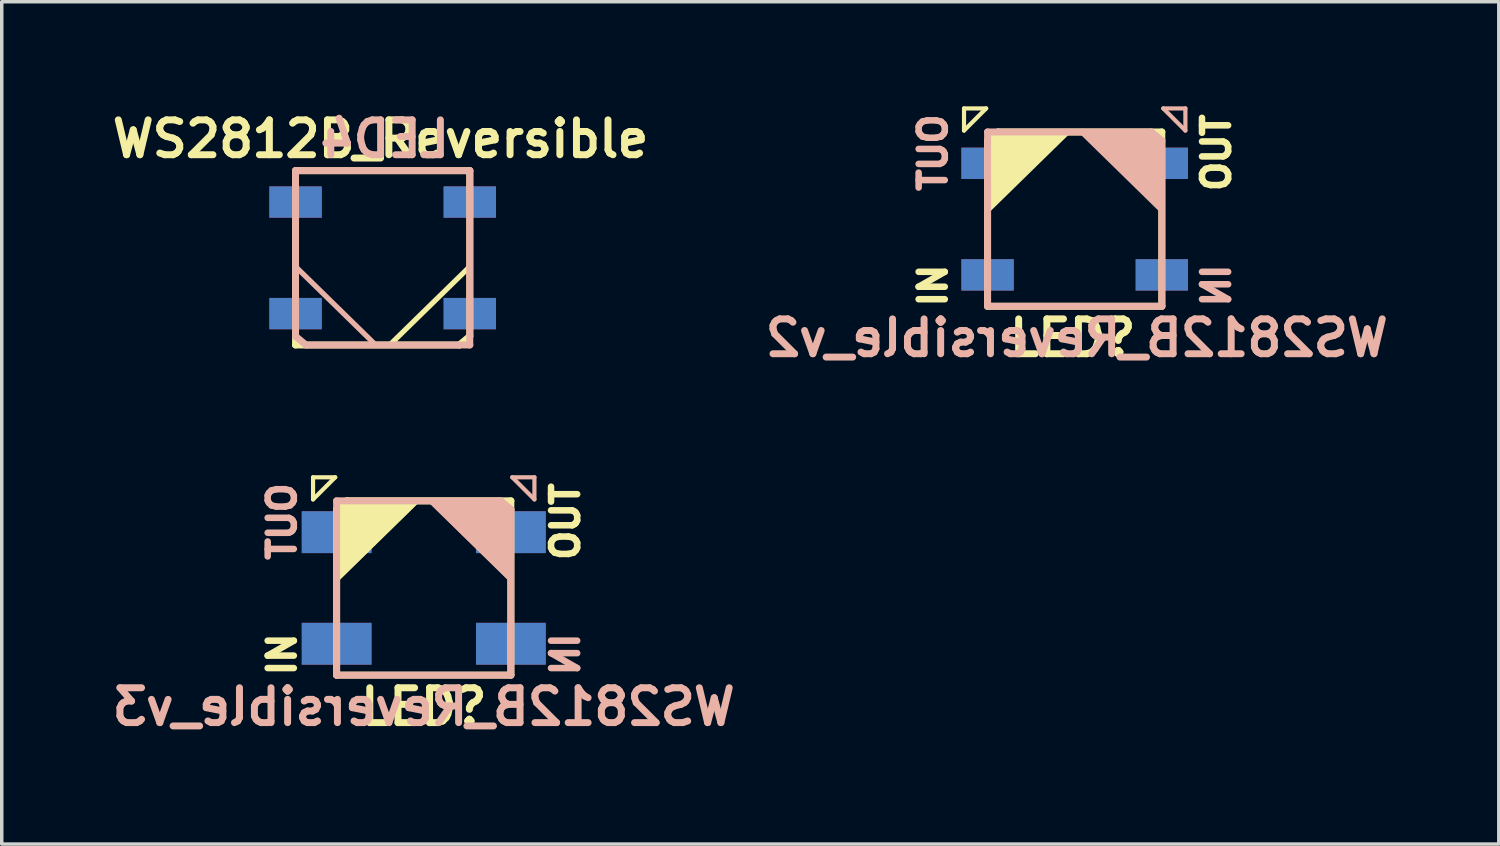
<source format=kicad_pcb>
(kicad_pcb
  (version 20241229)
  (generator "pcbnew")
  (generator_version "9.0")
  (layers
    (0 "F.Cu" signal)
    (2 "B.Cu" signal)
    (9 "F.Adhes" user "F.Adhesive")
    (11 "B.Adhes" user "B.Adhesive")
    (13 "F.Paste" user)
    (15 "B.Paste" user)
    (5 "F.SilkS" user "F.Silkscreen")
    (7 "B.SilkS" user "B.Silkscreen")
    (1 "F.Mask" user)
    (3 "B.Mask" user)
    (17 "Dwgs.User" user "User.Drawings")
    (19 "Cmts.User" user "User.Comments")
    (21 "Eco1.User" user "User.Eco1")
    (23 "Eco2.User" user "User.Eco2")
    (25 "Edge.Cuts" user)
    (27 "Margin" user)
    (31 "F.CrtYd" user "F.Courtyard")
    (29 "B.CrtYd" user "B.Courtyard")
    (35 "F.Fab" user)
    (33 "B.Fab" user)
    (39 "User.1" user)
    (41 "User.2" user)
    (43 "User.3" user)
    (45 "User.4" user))
  (footprint "WS2812B_Reversible"
    (layer "F.Cu")
    (at 7.927 4.346)
    (property "Reference" "WS2812B_Reversible" (at -0.06 -3.41 0) (layer "F.SilkS") (effects (font (size 1 1) (thickness 0.2))))
    (attr smd)
    (fp_line (start -2.5 -2.5) (end 2.5 -2.5) (stroke (width 0.2) (type solid)) (layer "F.SilkS"))
    (fp_line (start -2.499 2.499) (end -2.499 -2.499) (stroke (width 0.2) (type solid)) (layer "F.SilkS"))
    (fp_line (start 0.2 2.5) (end 2.5 0.25) (stroke (width 0.15) (type solid)) (layer "F.SilkS"))
    (fp_line (start 2.2 2.5) (end -2.5 2.5) (stroke (width 0.2) (type solid)) (layer "F.SilkS"))
    (fp_line (start 2.2 2.5) (end 2.5 2.25) (stroke (width 0.2) (type solid)) (layer "F.SilkS"))
    (fp_line (start 2.5 2.25) (end 2.5 -2.5) (stroke (width 0.2) (type solid)) (layer "F.SilkS"))
    (fp_line (start -2.5 2.25) (end -2.5 -2.5) (stroke (width 0.2) (type solid)) (layer "B.SilkS"))
    (fp_line (start -2.2 2.5) (end -2.5 2.25) (stroke (width 0.2) (type solid)) (layer "B.SilkS"))
    (fp_line (start -2.2 2.5) (end 2.5 2.5) (stroke (width 0.2) (type solid)) (layer "B.SilkS"))
    (fp_line (start -0.2 2.5) (end -2.5 0.25) (stroke (width 0.15) (type solid)) (layer "B.SilkS"))
    (fp_line (start 2.499 2.499) (end 2.499 -2.499) (stroke (width 0.2) (type solid)) (layer "B.SilkS"))
    (fp_line (start 2.5 -2.5) (end -2.5 -2.5) (stroke (width 0.2) (type solid)) (layer "B.SilkS"))
    (fp_text user "LED4" (at 0.06 -3.41 180) (layer "B.SilkS") (effects (font (size 1 1) (thickness 0.2)) (justify mirror)))
    (pad "1" smd rect (at -2.499 -1.6 90) (size 0.899 1.501) (layers "F.Cu" "F.Mask" "F.Paste"))
    (pad "1" smd rect (at 2.499 -1.6 90) (size 0.899 1.501) (layers "B.Cu" "B.Mask" "B.Paste"))
    (pad "2" smd rect (at -2.499 1.6 90) (size 0.899 1.501) (layers "F.Cu" "F.Mask" "F.Paste"))
    (pad "2" smd rect (at 2.499 1.6 90) (size 0.899 1.501) (layers "B.Cu" "B.Mask" "B.Paste"))
    (pad "3" smd rect (at -2.499 1.6 90) (size 0.899 1.501) (layers "B.Cu" "B.Mask" "B.Paste"))
    (pad "3" smd rect (at 2.499 1.6 90) (size 0.899 1.501) (layers "F.Cu" "F.Mask" "F.Paste"))
    (pad "4" smd rect (at -2.499 -1.6 90) (size 0.899 1.501) (layers "B.Cu" "B.Mask" "B.Paste"))
    (pad "4" smd rect (at 2.499 -1.6 90) (size 0.899 1.501) (layers "F.Cu" "F.Mask" "F.Paste")))
  (footprint "WS2812B_Reversible_v3"
    (layer "F.Cu")
    (at 9.105 13.816)
    (property "Reference" "WS2812B_Reversible_v3" (at 0 3.41 0) (unlocked yes) (layer "B.SilkS") (effects (font (size 1 1) (thickness 0.2)) (justify mirror)))
    (attr smd)
    (fp_line (start -3.175 -3.175) (end -2.54 -3.175) (stroke (width 0.12) (type solid)) (layer "F.SilkS"))
    (fp_line (start -3.175 -2.54) (end -3.175 -3.175) (stroke (width 0.12) (type solid)) (layer "F.SilkS"))
    (fp_line (start -2.54 -3.175) (end -3.175 -2.54) (stroke (width 0.12) (type solid)) (layer "F.SilkS"))
    (fp_line (start -2.5 -2.25) (end -2.5 2.5) (stroke (width 0.2) (type solid)) (layer "F.SilkS"))
    (fp_line (start -2.2 -2.5) (end -2.5 -2.25) (stroke (width 0.2) (type solid)) (layer "F.SilkS"))
    (fp_line (start -2.2 -2.5) (end -2.5 -2.25) (stroke (width 0.2) (type solid)) (layer "F.SilkS"))
    (fp_line (start -2.2 -2.5) (end 2.5 -2.5) (stroke (width 0.2) (type solid)) (layer "F.SilkS"))
    (fp_line (start -0.2 -2.5) (end -2.5 -0.25) (stroke (width 0.15) (type solid)) (layer "F.SilkS"))
    (fp_line (start -0.2 -2.5) (end -2.5 -0.25) (stroke (width 0.15) (type solid)) (layer "F.SilkS"))
    (fp_line (start 2.499 -2.499) (end 2.499 2.499) (stroke (width 0.2) (type solid)) (layer "F.SilkS"))
    (fp_line (start 2.5 2.5) (end -2.5 2.5) (stroke (width 0.2) (type solid)) (layer "F.SilkS"))
    (fp_poly (pts (xy -2.5 -2.25) (xy -2.2 -2.5) (xy -0.2 -2.5) (xy -2.5 -0.25)) (stroke (width 0.1) (type solid)) (fill yes) (layer "F.SilkS"))
    (fp_line (start -2.5 2.5) (end 2.5 2.5) (stroke (width 0.2) (type solid)) (layer "B.SilkS"))
    (fp_line (start -2.499 -2.499) (end -2.499 2.499) (stroke (width 0.2) (type solid)) (layer "B.SilkS"))
    (fp_line (start 0.2 -2.5) (end 2.5 -0.25) (stroke (width 0.15) (type solid)) (layer "B.SilkS"))
    (fp_line (start 0.2 -2.5) (end 2.5 -0.25) (stroke (width 0.15) (type solid)) (layer "B.SilkS"))
    (fp_line (start 2.2 -2.5) (end -2.5 -2.5) (stroke (width 0.2) (type solid)) (layer "B.SilkS"))
    (fp_line (start 2.2 -2.5) (end 2.5 -2.25) (stroke (width 0.2) (type solid)) (layer "B.SilkS"))
    (fp_line (start 2.2 -2.5) (end 2.5 -2.25) (stroke (width 0.2) (type solid)) (layer "B.SilkS"))
    (fp_line (start 2.5 -2.25) (end 2.5 2.5) (stroke (width 0.2) (type solid)) (layer "B.SilkS"))
    (fp_line (start 2.54 -3.175) (end 3.175 -2.54) (stroke (width 0.12) (type solid)) (layer "B.SilkS"))
    (fp_line (start 3.175 -3.175) (end 2.54 -3.175) (stroke (width 0.12) (type solid)) (layer "B.SilkS"))
    (fp_line (start 3.175 -2.54) (end 3.175 -3.175) (stroke (width 0.12) (type solid)) (layer "B.SilkS"))
    (fp_poly (pts (xy 2.5 -2.25) (xy 2.2 -2.5) (xy 0.2 -2.5) (xy 2.5 -0.25)) (stroke (width 0.1) (type solid)) (fill yes) (layer "B.SilkS"))
    (fp_text user "IN" (at -4.064 1.905 90) (layer "F.SilkS") (effects (font (size 0.75 0.75) (thickness 0.188))))
    (fp_text user "OUT" (at 4.064 -1.905 270) (layer "F.SilkS") (effects (font (size 0.75 0.75) (thickness 0.188))))
    (fp_text user "LED?" (at 0 3.41 0) (unlocked yes) (layer "F.SilkS") (effects (font (size 1 1) (thickness 0.2))))
    (fp_text user "IN" (at 4.064 1.905 270) (layer "B.SilkS") (effects (font (size 0.75 0.75) (thickness 0.188)) (justify mirror)))
    (fp_text user "OUT" (at -4.064 -1.905 90) (layer "B.SilkS") (effects (font (size 0.75 0.75) (thickness 0.188)) (justify mirror)))
    (pad "1" smd rect (at -2.499 1.6 270) (size 1.2 2) (layers "B.Cu" "B.Mask" "B.Paste"))
    (pad "1" smd rect (at 2.499 1.6 90) (size 1.2 2) (layers "F.Cu" "F.Mask" "F.Paste"))
    (pad "2" smd rect (at -2.499 -1.6 270) (size 1.2 2) (layers "B.Cu" "B.Mask" "B.Paste"))
    (pad "2" smd rect (at 2.499 -1.6 90) (size 1.2 2) (layers "F.Cu" "F.Mask" "F.Paste"))
    (pad "3" smd rect (at -2.499 -1.6 90) (size 1.2 2) (layers "F.Cu" "F.Mask" "F.Paste"))
    (pad "3" smd rect (at 2.499 -1.6 270) (size 1.2 2) (layers "B.Cu" "B.Mask" "B.Paste"))
    (pad "4" smd rect (at -2.499 1.6 90) (size 1.2 2) (layers "F.Cu" "F.Mask" "F.Paste"))
    (pad "4" smd rect (at 2.499 1.6 270) (size 1.2 2) (layers "B.Cu" "B.Mask" "B.Paste")))
  (footprint "WS2812B_Reversible_v2"
    (layer "F.Cu")
    (at 27.778 3.235)
    (property "Reference" "WS2812B_Reversible_v2" (at 0.06 3.41 0) (unlocked yes) (layer "B.SilkS") (effects (font (size 1 1) (thickness 0.2)) (justify mirror)))
    (attr smd)
    (fp_line (start -3.175 -3.175) (end -2.54 -3.175) (stroke (width 0.12) (type solid)) (layer "F.SilkS"))
    (fp_line (start -3.175 -2.54) (end -3.175 -3.175) (stroke (width 0.12) (type solid)) (layer "F.SilkS"))
    (fp_line (start -2.54 -3.175) (end -3.175 -2.54) (stroke (width 0.12) (type solid)) (layer "F.SilkS"))
    (fp_line (start -2.5 -2.25) (end -2.5 2.5) (stroke (width 0.2) (type solid)) (layer "F.SilkS"))
    (fp_line (start -2.2 -2.5) (end -2.5 -2.25) (stroke (width 0.2) (type solid)) (layer "F.SilkS"))
    (fp_line (start -2.2 -2.5) (end 2.5 -2.5) (stroke (width 0.2) (type solid)) (layer "F.SilkS"))
    (fp_line (start -0.2 -2.5) (end -2.5 -0.25) (stroke (width 0.15) (type solid)) (layer "F.SilkS"))
    (fp_line (start 2.499 -2.499) (end 2.499 2.499) (stroke (width 0.2) (type solid)) (layer "F.SilkS"))
    (fp_line (start 2.5 2.5) (end -2.5 2.5) (stroke (width 0.2) (type solid)) (layer "F.SilkS"))
    (fp_poly (pts (xy -2.5 -2.25) (xy -2.2 -2.5) (xy -0.2 -2.5) (xy -2.5 -0.25)) (stroke (width 0.1) (type solid)) (fill yes) (layer "F.SilkS"))
    (fp_line (start -2.5 2.5) (end 2.5 2.5) (stroke (width 0.2) (type solid)) (layer "B.SilkS"))
    (fp_line (start -2.499 -2.499) (end -2.499 2.499) (stroke (width 0.2) (type solid)) (layer "B.SilkS"))
    (fp_line (start 0.2 -2.5) (end 2.5 -0.25) (stroke (width 0.15) (type solid)) (layer "B.SilkS"))
    (fp_line (start 2.2 -2.5) (end -2.5 -2.5) (stroke (width 0.2) (type solid)) (layer "B.SilkS"))
    (fp_line (start 2.2 -2.5) (end 2.5 -2.25) (stroke (width 0.2) (type solid)) (layer "B.SilkS"))
    (fp_line (start 2.5 -2.25) (end 2.5 2.5) (stroke (width 0.2) (type solid)) (layer "B.SilkS"))
    (fp_line (start 2.54 -3.175) (end 3.175 -2.54) (stroke (width 0.12) (type solid)) (layer "B.SilkS"))
    (fp_line (start 3.175 -3.175) (end 2.54 -3.175) (stroke (width 0.12) (type solid)) (layer "B.SilkS"))
    (fp_line (start 3.175 -2.54) (end 3.175 -3.175) (stroke (width 0.12) (type solid)) (layer "B.SilkS"))
    (fp_poly (pts (xy 2.5 -2.25) (xy 2.2 -2.5) (xy 0.2 -2.5) (xy 2.5 -0.25)) (stroke (width 0.1) (type solid)) (fill yes) (layer "B.SilkS"))
    (fp_text user "IN" (at -4.064 1.905 270) (layer "F.SilkS") (effects (font (size 0.75 0.75) (thickness 0.188))))
    (fp_text user "LED?" (at -0.06 3.41 0) (unlocked yes) (layer "F.SilkS") (effects (font (size 1 1) (thickness 0.2))))
    (fp_text user "OUT" (at 4.064 -1.905 90) (layer "F.SilkS") (effects (font (size 0.75 0.75) (thickness 0.188))))
    (fp_text user "OUT" (at -4.064 -1.905 90) (layer "B.SilkS") (effects (font (size 0.75 0.75) (thickness 0.188)) (justify mirror)))
    (fp_text user "IN" (at 4.064 1.905 270) (layer "B.SilkS") (effects (font (size 0.75 0.75) (thickness 0.188)) (justify mirror)))
    (pad "1" smd rect (at -2.499 1.6 270) (size 0.899 1.501) (layers "B.Cu" "B.Mask" "B.Paste"))
    (pad "1" smd rect (at 2.499 1.6 270) (size 0.899 1.501) (layers "F.Cu" "F.Mask" "F.Paste"))
    (pad "2" smd rect (at -2.499 -1.6 270) (size 0.899 1.501) (layers "B.Cu" "B.Mask" "B.Paste"))
    (pad "2" smd rect (at 2.499 -1.6 270) (size 0.899 1.501) (layers "F.Cu" "F.Mask" "F.Paste"))
    (pad "3" smd rect (at -2.499 -1.6 270) (size 0.899 1.501) (layers "F.Cu" "F.Mask" "F.Paste"))
    (pad "3" smd rect (at 2.499 -1.6 270) (size 0.899 1.501) (layers "B.Cu" "B.Mask" "B.Paste"))
    (pad "4" smd rect (at -2.499 1.6 270) (size 0.899 1.501) (layers "F.Cu" "F.Mask" "F.Paste"))
    (pad "4" smd rect (at 2.499 1.6 270) (size 0.899 1.501) (layers "B.Cu" "B.Mask" "B.Paste")))
  (gr_rect
    (start -3 -3)
    (end 39.943 21.162)
    (stroke (width 0.1) (type default))
    (fill no)
    (layer "Edge.Cuts")))
</source>
